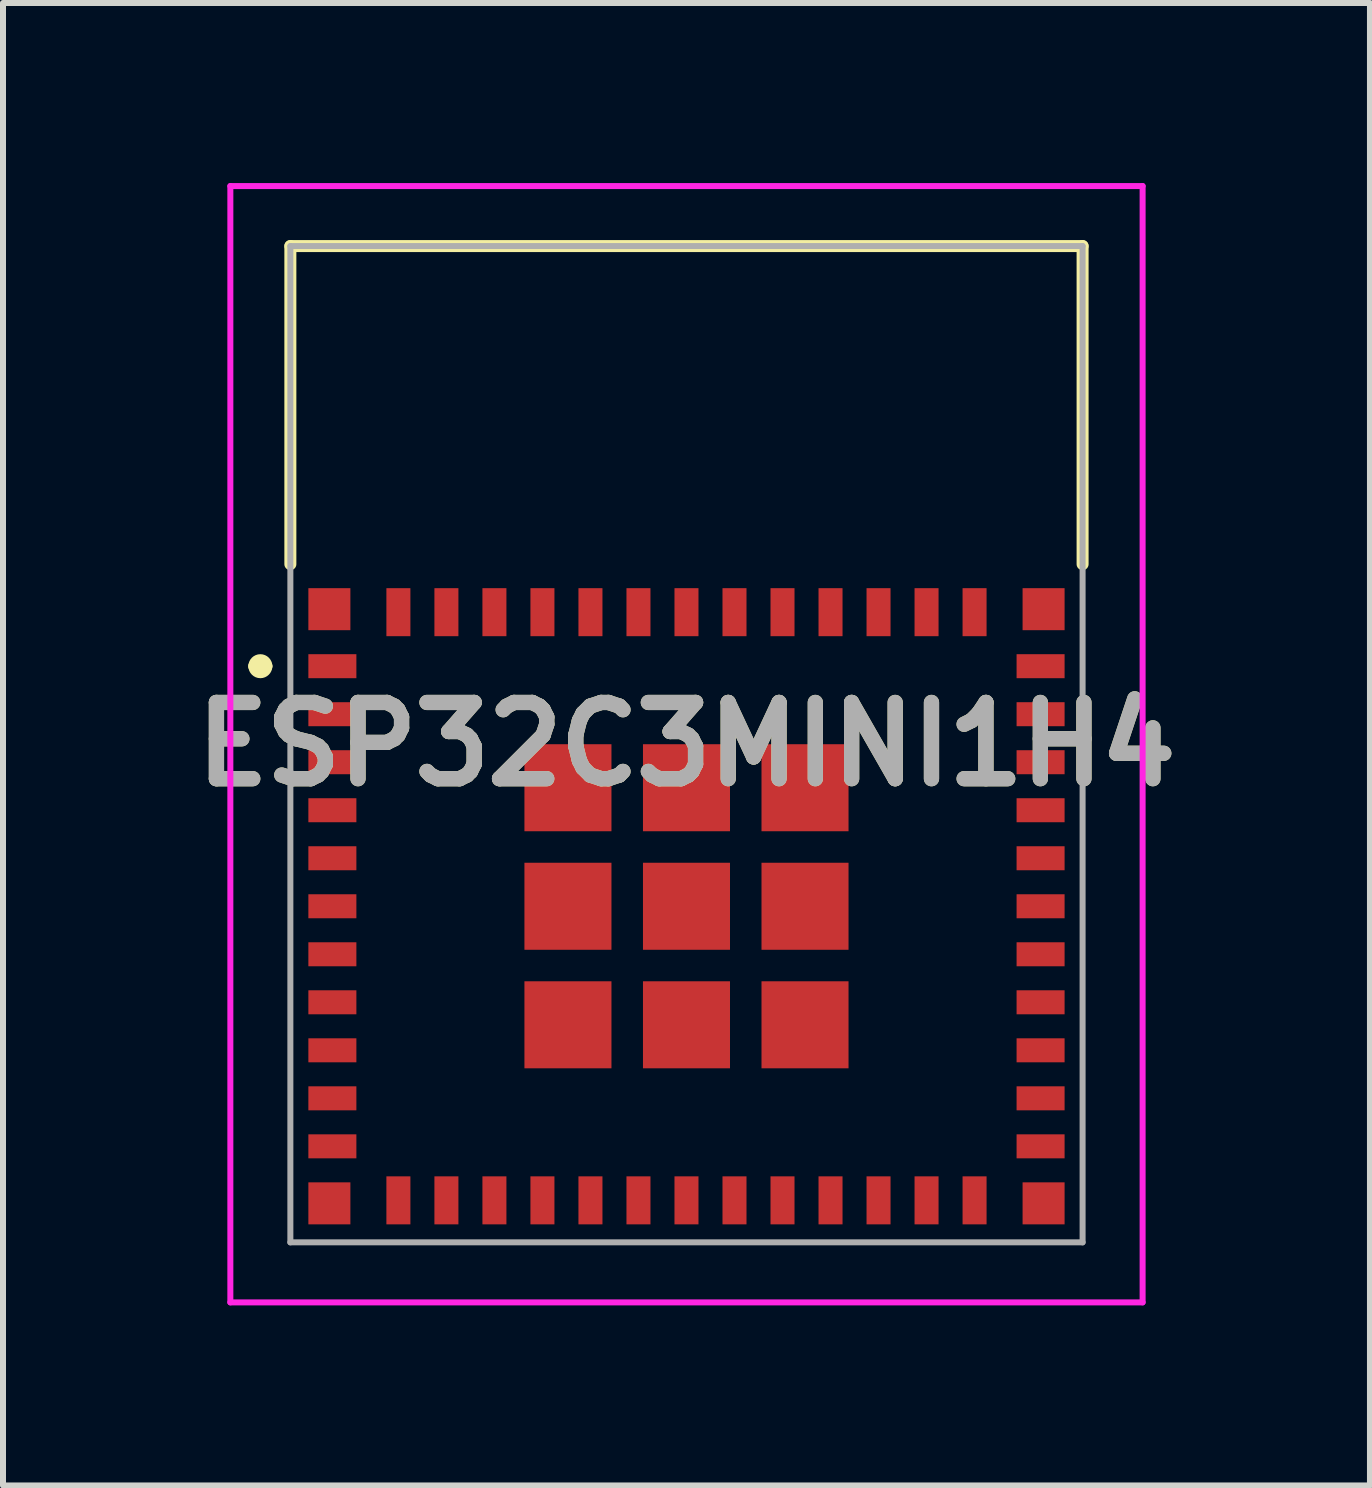
<source format=kicad_pcb>
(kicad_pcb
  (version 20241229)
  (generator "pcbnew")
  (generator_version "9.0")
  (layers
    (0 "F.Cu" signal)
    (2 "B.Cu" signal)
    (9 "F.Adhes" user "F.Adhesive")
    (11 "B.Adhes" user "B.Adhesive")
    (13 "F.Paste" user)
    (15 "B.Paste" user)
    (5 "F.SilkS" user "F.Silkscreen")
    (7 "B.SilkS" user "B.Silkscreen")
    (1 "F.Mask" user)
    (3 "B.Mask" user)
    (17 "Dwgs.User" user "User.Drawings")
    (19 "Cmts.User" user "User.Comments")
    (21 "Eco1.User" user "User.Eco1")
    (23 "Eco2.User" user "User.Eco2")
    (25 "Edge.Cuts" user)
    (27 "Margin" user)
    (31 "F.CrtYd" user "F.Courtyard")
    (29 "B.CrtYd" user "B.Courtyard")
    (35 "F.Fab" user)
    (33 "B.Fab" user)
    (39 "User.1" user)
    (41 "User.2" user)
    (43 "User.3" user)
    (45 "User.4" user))
  (footprint "ESP32C3MINI1H4"
    (layer "F.Cu")
    (at 8.388 12.05)
    (property "Reference" "ESP32C3MINI1H4" (at 0 -2.7 0) (layer "F.SilkS") (effects (font (size 1.27 1.27) (thickness 0.254))))
    (attr smd)
    (fp_line (start -7.2 -4) (end -7.2 -4) (stroke (width 0.2) (type solid)) (layer "F.SilkS"))
    (fp_line (start -7 -4) (end -7 -4) (stroke (width 0.2) (type solid)) (layer "F.SilkS"))
    (fp_line (start -6.6 -11) (end 6.6 -11) (stroke (width 0.2) (type solid)) (layer "F.SilkS"))
    (fp_line (start -6.6 -5.7) (end -6.6 -11) (stroke (width 0.2) (type solid)) (layer "F.SilkS"))
    (fp_line (start 6.6 -11) (end 6.6 -5.7) (stroke (width 0.2) (type solid)) (layer "F.SilkS"))
    (fp_arc (start -7.2 -4) (mid -7.1 -4.1) (end -7 -4) (stroke (width 0.2) (type solid)) (layer "F.SilkS"))
    (fp_arc (start -7 -4) (mid -7.1 -3.9) (end -7.2 -4) (stroke (width 0.2) (type solid)) (layer "F.SilkS"))
    (fp_line (start -7.6 -12) (end 7.6 -12) (stroke (width 0.1) (type solid)) (layer "F.CrtYd"))
    (fp_line (start -7.6 6.6) (end -7.6 -12) (stroke (width 0.1) (type solid)) (layer "F.CrtYd"))
    (fp_line (start 7.6 -12) (end 7.6 6.6) (stroke (width 0.1) (type solid)) (layer "F.CrtYd"))
    (fp_line (start 7.6 6.6) (end -7.6 6.6) (stroke (width 0.1) (type solid)) (layer "F.CrtYd"))
    (fp_line (start -6.6 -11) (end 6.6 -11) (stroke (width 0.1) (type solid)) (layer "F.Fab"))
    (fp_line (start -6.6 5.6) (end -6.6 -11) (stroke (width 0.1) (type solid)) (layer "F.Fab"))
    (fp_line (start 6.6 -11) (end 6.6 5.6) (stroke (width 0.1) (type solid)) (layer "F.Fab"))
    (fp_line (start 6.6 5.6) (end -6.6 5.6) (stroke (width 0.1) (type solid)) (layer "F.Fab"))
    (fp_text user "${REFERENCE}" (at 0 -2.7 0) (layer "F.Fab") (effects (font (size 1.27 1.27) (thickness 0.254))))
    (pad "1" smd rect (at -5.9 -4 90) (size 0.4 0.8) (layers "F.Cu" "F.Mask" "F.Paste"))
    (pad "2" smd rect (at -5.9 -3.2 90) (size 0.4 0.8) (layers "F.Cu" "F.Mask" "F.Paste"))
    (pad "3" smd rect (at -5.9 -2.4 90) (size 0.4 0.8) (layers "F.Cu" "F.Mask" "F.Paste"))
    (pad "4" smd rect (at -5.9 -1.6 90) (size 0.4 0.8) (layers "F.Cu" "F.Mask" "F.Paste"))
    (pad "5" smd rect (at -5.9 -0.8 90) (size 0.4 0.8) (layers "F.Cu" "F.Mask" "F.Paste"))
    (pad "6" smd rect (at -5.9 0 90) (size 0.4 0.8) (layers "F.Cu" "F.Mask" "F.Paste"))
    (pad "7" smd rect (at -5.9 0.8 90) (size 0.4 0.8) (layers "F.Cu" "F.Mask" "F.Paste"))
    (pad "8" smd rect (at -5.9 1.6 90) (size 0.4 0.8) (layers "F.Cu" "F.Mask" "F.Paste"))
    (pad "9" smd rect (at -5.9 2.4 90) (size 0.4 0.8) (layers "F.Cu" "F.Mask" "F.Paste"))
    (pad "10" smd rect (at -5.9 3.2 90) (size 0.4 0.8) (layers "F.Cu" "F.Mask" "F.Paste"))
    (pad "11" smd rect (at -5.9 4 90) (size 0.4 0.8) (layers "F.Cu" "F.Mask" "F.Paste"))
    (pad "12" smd rect (at -4.8 4.9) (size 0.4 0.8) (layers "F.Cu" "F.Mask" "F.Paste"))
    (pad "13" smd rect (at -4 4.9) (size 0.4 0.8) (layers "F.Cu" "F.Mask" "F.Paste"))
    (pad "14" smd rect (at -3.2 4.9) (size 0.4 0.8) (layers "F.Cu" "F.Mask" "F.Paste"))
    (pad "15" smd rect (at -2.4 4.9) (size 0.4 0.8) (layers "F.Cu" "F.Mask" "F.Paste"))
    (pad "16" smd rect (at -1.6 4.9) (size 0.4 0.8) (layers "F.Cu" "F.Mask" "F.Paste"))
    (pad "17" smd rect (at -0.8 4.9) (size 0.4 0.8) (layers "F.Cu" "F.Mask" "F.Paste"))
    (pad "18" smd rect (at 0 4.9) (size 0.4 0.8) (layers "F.Cu" "F.Mask" "F.Paste"))
    (pad "19" smd rect (at 0.8 4.9) (size 0.4 0.8) (layers "F.Cu" "F.Mask" "F.Paste"))
    (pad "20" smd rect (at 1.6 4.9) (size 0.4 0.8) (layers "F.Cu" "F.Mask" "F.Paste"))
    (pad "21" smd rect (at 2.4 4.9) (size 0.4 0.8) (layers "F.Cu" "F.Mask" "F.Paste"))
    (pad "22" smd rect (at 3.2 4.9) (size 0.4 0.8) (layers "F.Cu" "F.Mask" "F.Paste"))
    (pad "23" smd rect (at 4 4.9) (size 0.4 0.8) (layers "F.Cu" "F.Mask" "F.Paste"))
    (pad "24" smd rect (at 4.8 4.9) (size 0.4 0.8) (layers "F.Cu" "F.Mask" "F.Paste"))
    (pad "25" smd rect (at 5.9 4 90) (size 0.4 0.8) (layers "F.Cu" "F.Mask" "F.Paste"))
    (pad "26" smd rect (at 5.9 3.2 90) (size 0.4 0.8) (layers "F.Cu" "F.Mask" "F.Paste"))
    (pad "27" smd rect (at 5.9 2.4 90) (size 0.4 0.8) (layers "F.Cu" "F.Mask" "F.Paste"))
    (pad "28" smd rect (at 5.9 1.6 90) (size 0.4 0.8) (layers "F.Cu" "F.Mask" "F.Paste"))
    (pad "29" smd rect (at 5.9 0.8 90) (size 0.4 0.8) (layers "F.Cu" "F.Mask" "F.Paste"))
    (pad "30" smd rect (at 5.9 0 90) (size 0.4 0.8) (layers "F.Cu" "F.Mask" "F.Paste"))
    (pad "31" smd rect (at 5.9 -0.8 90) (size 0.4 0.8) (layers "F.Cu" "F.Mask" "F.Paste"))
    (pad "32" smd rect (at 5.9 -1.6 90) (size 0.4 0.8) (layers "F.Cu" "F.Mask" "F.Paste"))
    (pad "33" smd rect (at 5.9 -2.4 90) (size 0.4 0.8) (layers "F.Cu" "F.Mask" "F.Paste"))
    (pad "34" smd rect (at 5.9 -3.2 90) (size 0.4 0.8) (layers "F.Cu" "F.Mask" "F.Paste"))
    (pad "35" smd rect (at 5.9 -4 90) (size 0.4 0.8) (layers "F.Cu" "F.Mask" "F.Paste"))
    (pad "36" smd rect (at 4.8 -4.9) (size 0.4 0.8) (layers "F.Cu" "F.Mask" "F.Paste"))
    (pad "37" smd rect (at 4 -4.9) (size 0.4 0.8) (layers "F.Cu" "F.Mask" "F.Paste"))
    (pad "38" smd rect (at 3.2 -4.9) (size 0.4 0.8) (layers "F.Cu" "F.Mask" "F.Paste"))
    (pad "39" smd rect (at 2.4 -4.9) (size 0.4 0.8) (layers "F.Cu" "F.Mask" "F.Paste"))
    (pad "40" smd rect (at 1.6 -4.9) (size 0.4 0.8) (layers "F.Cu" "F.Mask" "F.Paste"))
    (pad "41" smd rect (at 0.8 -4.9) (size 0.4 0.8) (layers "F.Cu" "F.Mask" "F.Paste"))
    (pad "42" smd rect (at 0 -4.9) (size 0.4 0.8) (layers "F.Cu" "F.Mask" "F.Paste"))
    (pad "43" smd rect (at -0.8 -4.9) (size 0.4 0.8) (layers "F.Cu" "F.Mask" "F.Paste"))
    (pad "44" smd rect (at -1.6 -4.9) (size 0.4 0.8) (layers "F.Cu" "F.Mask" "F.Paste"))
    (pad "45" smd rect (at -2.4 -4.9) (size 0.4 0.8) (layers "F.Cu" "F.Mask" "F.Paste"))
    (pad "46" smd rect (at -3.2 -4.9) (size 0.4 0.8) (layers "F.Cu" "F.Mask" "F.Paste"))
    (pad "47" smd rect (at -4 -4.9) (size 0.4 0.8) (layers "F.Cu" "F.Mask" "F.Paste"))
    (pad "48" smd rect (at -4.8 -4.9) (size 0.4 0.8) (layers "F.Cu" "F.Mask" "F.Paste"))
    (pad "49" smd rect (at 0 0) (size 1.45 1.45) (layers "F.Cu" "F.Mask" "F.Paste"))
    (pad "50" smd rect (at 1.975 -1.975) (size 1.45 1.45) (layers "F.Cu" "F.Mask" "F.Paste"))
    (pad "51" smd rect (at 0 -1.975) (size 1.45 1.45) (layers "F.Cu" "F.Mask" "F.Paste"))
    (pad "52" smd rect (at -1.975 -1.975) (size 1.45 1.45) (layers "F.Cu" "F.Mask" "F.Paste"))
    (pad "53" smd rect (at -1.975 0) (size 1.45 1.45) (layers "F.Cu" "F.Mask" "F.Paste"))
    (pad "54" smd rect (at -1.975 1.975) (size 1.45 1.45) (layers "F.Cu" "F.Mask" "F.Paste"))
    (pad "55" smd rect (at 0 1.975) (size 1.45 1.45) (layers "F.Cu" "F.Mask" "F.Paste"))
    (pad "56" smd rect (at 1.975 1.975) (size 1.45 1.45) (layers "F.Cu" "F.Mask" "F.Paste"))
    (pad "57" smd rect (at 1.975 0) (size 1.45 1.45) (layers "F.Cu" "F.Mask" "F.Paste"))
    (pad "58" smd rect (at -5.95 -4.95) (size 0.7 0.7) (layers "F.Cu" "F.Mask" "F.Paste"))
    (pad "59" smd rect (at -5.95 4.95) (size 0.7 0.7) (layers "F.Cu" "F.Mask" "F.Paste"))
    (pad "60" smd rect (at 5.95 4.95) (size 0.7 0.7) (layers "F.Cu" "F.Mask" "F.Paste"))
    (pad "61" smd rect (at 5.95 -4.95) (size 0.7 0.7) (layers "F.Cu" "F.Mask" "F.Paste")))
  (gr_rect
    (start -3 -3)
    (end 19.776 21.7)
    (stroke (width 0.1) (type default))
    (fill no)
    (layer "Edge.Cuts")))
</source>
